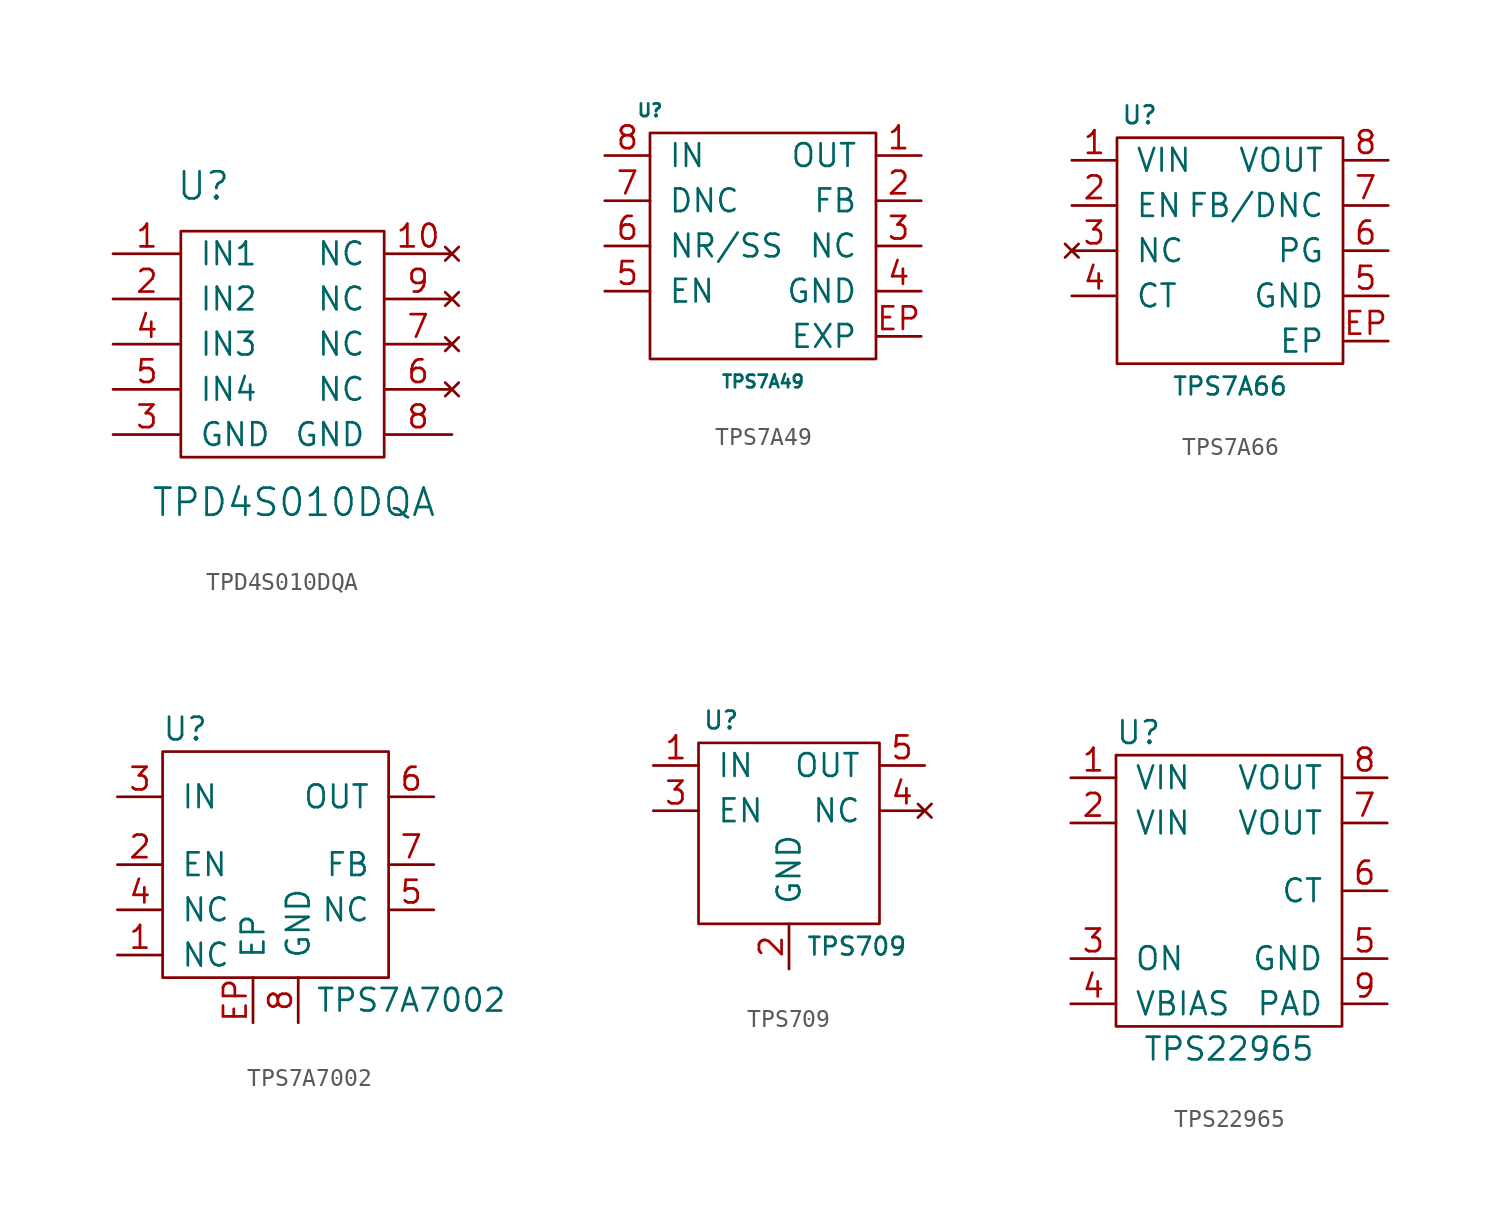
<source format=kicad_sym>
(kicad_symbol_lib
  (version 20210619)
  (generator kicad_symbol_editor)
  (symbol "tinkerforge:TPD4S010DQA"
    (pin_names
      (offset 1.016))
    (property "Reference" "U"
      (at -5.08 8.89 0)
      (effects (font (size 1.524 1.524))))
    (property "Value" "TPD4S010DQA"
      (at 0 -8.89 0)
      (effects (font (size 1.524 1.524))))
    (property "Footprint" ""
      (at -6.35 12.7 0)
      (effects (font (size 1.524 1.524))))
    (property "Datasheet" ""
      (at -6.35 12.7 0)
      (effects (font (size 1.524 1.524))))
    (symbol "TPD4S010DQA_0_1"
      (rectangle (start -6.35 6.35) (end 5.08 -6.35) (stroke (width 0)) (fill (type none))))
    (symbol "TPD4S010DQA_1_1"
      (pin input line (at -10.16 5.08 0) (length 3.81) (name "IN1" (effects (font (size 1.27 1.27)))) (number "1" (effects (font (size 1.27 1.27)))))
      (pin no_connect line (at 8.89 5.08 180) (length 3.81) (name "NC" (effects (font (size 1.27 1.27)))) (number "10" (effects (font (size 1.27 1.27)))))
      (pin input line (at -10.16 2.54 0) (length 3.81) (name "IN2" (effects (font (size 1.27 1.27)))) (number "2" (effects (font (size 1.27 1.27)))))
      (pin passive line (at -10.16 -5.08 0) (length 3.81) (name "GND" (effects (font (size 1.27 1.27)))) (number "3" (effects (font (size 1.27 1.27)))))
      (pin input line (at -10.16 0 0) (length 3.81) (name "IN3" (effects (font (size 1.27 1.27)))) (number "4" (effects (font (size 1.27 1.27)))))
      (pin input line (at -10.16 -2.54 0) (length 3.81) (name "IN4" (effects (font (size 1.27 1.27)))) (number "5" (effects (font (size 1.27 1.27)))))
      (pin no_connect line (at 8.89 -2.54 180) (length 3.81) (name "NC" (effects (font (size 1.27 1.27)))) (number "6" (effects (font (size 1.27 1.27)))))
      (pin no_connect line (at 8.89 0 180) (length 3.81) (name "NC" (effects (font (size 1.27 1.27)))) (number "7" (effects (font (size 1.27 1.27)))))
      (pin passive line (at 8.89 -5.08 180) (length 3.81) (name "GND" (effects (font (size 1.27 1.27)))) (number "8" (effects (font (size 1.27 1.27)))))
      (pin no_connect line (at 8.89 2.54 180) (length 3.81) (name "NC" (effects (font (size 1.27 1.27)))) (number "9" (effects (font (size 1.27 1.27)))))))
  (symbol "tinkerforge:TPS7A49"
    (pin_names
      (offset 1.016))
    (property "Reference" "U"
      (at -6.35 6.35 0)
      (effects (font (size 0.711 0.711))))
    (property "Value" "TPS7A49"
      (at 0 -8.89 0)
      (effects (font (size 0.711 0.711))))
    (symbol "TPS7A49_0_1"
      (rectangle (start -6.35 5.08) (end 6.35 -7.62) (stroke (width 0)) (fill (type none))))
    (symbol "TPS7A49_1_1"
      (pin passive line (at 8.89 3.81 180) (length 2.54) (name "OUT" (effects (font (size 1.27 1.27)))) (number "1" (effects (font (size 1.27 1.27)))))
      (pin passive line (at 8.89 1.27 180) (length 2.54) (name "FB" (effects (font (size 1.27 1.27)))) (number "2" (effects (font (size 1.27 1.27)))))
      (pin passive line (at 8.89 -1.27 180) (length 2.54) (name "NC" (effects (font (size 1.27 1.27)))) (number "3" (effects (font (size 1.27 1.27)))))
      (pin passive line (at 8.89 -3.81 180) (length 2.54) (name "GND" (effects (font (size 1.27 1.27)))) (number "4" (effects (font (size 1.27 1.27)))))
      (pin passive line (at -8.89 -3.81 0) (length 2.54) (name "EN" (effects (font (size 1.27 1.27)))) (number "5" (effects (font (size 1.27 1.27)))))
      (pin passive line (at -8.89 -1.27 0) (length 2.54) (name "NR/SS" (effects (font (size 1.27 1.27)))) (number "6" (effects (font (size 1.27 1.27)))))
      (pin passive line (at -8.89 1.27 0) (length 2.54) (name "DNC" (effects (font (size 1.27 1.27)))) (number "7" (effects (font (size 1.27 1.27)))))
      (pin passive line (at -8.89 3.81 0) (length 2.54) (name "IN" (effects (font (size 1.27 1.27)))) (number "8" (effects (font (size 1.27 1.27)))))
      (pin passive line (at 8.89 -6.35 180) (length 2.54) (name "EXP" (effects (font (size 1.27 1.27)))) (number "EP" (effects (font (size 1.27 1.27)))))))
  (symbol "tinkerforge:TPS7A66"
    (pin_names
      (offset 1.016))
    (property "Reference" "U"
      (at -5.08 7.62 0)
      (effects (font (size 0.991 0.991))))
    (property "Value" "TPS7A66"
      (at 0 -7.62 0)
      (effects (font (size 0.991 0.991))))
    (symbol "TPS7A66_0_1"
      (rectangle (start -6.35 6.35) (end 6.35 -6.35) (stroke (width 0)) (fill (type none))))
    (symbol "TPS7A66_1_1"
      (pin passive line (at -8.89 5.08 0) (length 2.54) (name "VIN" (effects (font (size 1.27 1.27)))) (number "1" (effects (font (size 1.27 1.27)))))
      (pin passive line (at -8.89 2.54 0) (length 2.54) (name "EN" (effects (font (size 1.27 1.27)))) (number "2" (effects (font (size 1.27 1.27)))))
      (pin no_connect line (at -8.89 0 0) (length 2.54) (name "NC" (effects (font (size 1.27 1.27)))) (number "3" (effects (font (size 1.27 1.27)))))
      (pin passive line (at -8.89 -2.54 0) (length 2.54) (name "CT" (effects (font (size 1.27 1.27)))) (number "4" (effects (font (size 1.27 1.27)))))
      (pin passive line (at 8.89 -2.54 180) (length 2.54) (name "GND" (effects (font (size 1.27 1.27)))) (number "5" (effects (font (size 1.27 1.27)))))
      (pin passive line (at 8.89 0 180) (length 2.54) (name "PG" (effects (font (size 1.27 1.27)))) (number "6" (effects (font (size 1.27 1.27)))))
      (pin passive line (at 8.89 2.54 180) (length 2.54) (name "FB/DNC" (effects (font (size 1.27 1.27)))) (number "7" (effects (font (size 1.27 1.27)))))
      (pin passive line (at 8.89 5.08 180) (length 2.54) (name "VOUT" (effects (font (size 1.27 1.27)))) (number "8" (effects (font (size 1.27 1.27)))))
      (pin input line (at 8.89 -5.08 180) (length 2.54) (name "EP" (effects (font (size 1.27 1.27)))) (number "EP" (effects (font (size 1.27 1.27)))))))
  (symbol "tinkerforge:TPS7A7002"
    (pin_names
      (offset 1.016))
    (property "Reference" "U"
      (at -5.08 7.62 0)
      (effects (font (size 1.27 1.27))))
    (property "Value" "TPS7A7002"
      (at 7.62 -7.62 0)
      (effects (font (size 1.27 1.27))))
    (symbol "TPS7A7002_0_1"
      (rectangle (start -6.35 6.35) (end 6.35 -6.35) (stroke (width 0)) (fill (type none))))
    (symbol "TPS7A7002_1_1"
      (pin passive line (at -8.89 -5.08 0) (length 2.54) (name "NC" (effects (font (size 1.27 1.27)))) (number "1" (effects (font (size 1.27 1.27)))))
      (pin passive line (at -8.89 0 0) (length 2.54) (name "EN" (effects (font (size 1.27 1.27)))) (number "2" (effects (font (size 1.27 1.27)))))
      (pin passive line (at -8.89 3.81 0) (length 2.54) (name "IN" (effects (font (size 1.27 1.27)))) (number "3" (effects (font (size 1.27 1.27)))))
      (pin passive line (at -8.89 -2.54 0) (length 2.54) (name "NC" (effects (font (size 1.27 1.27)))) (number "4" (effects (font (size 1.27 1.27)))))
      (pin passive line (at 8.89 -2.54 180) (length 2.54) (name "NC" (effects (font (size 1.27 1.27)))) (number "5" (effects (font (size 1.27 1.27)))))
      (pin passive line (at 8.89 3.81 180) (length 2.54) (name "OUT" (effects (font (size 1.27 1.27)))) (number "6" (effects (font (size 1.27 1.27)))))
      (pin passive line (at 8.89 0 180) (length 2.54) (name "FB" (effects (font (size 1.27 1.27)))) (number "7" (effects (font (size 1.27 1.27)))))
      (pin passive line (at 1.27 -8.89 90) (length 2.54) (name "GND" (effects (font (size 1.27 1.27)))) (number "8" (effects (font (size 1.27 1.27)))))
      (pin passive line (at -1.27 -8.89 90) (length 2.54) (name "EP" (effects (font (size 1.27 1.27)))) (number "EP" (effects (font (size 1.27 1.27)))))))
  (symbol "tinkerforge:TPS709"
    (pin_names
      (offset 1.016))
    (property "Reference" "U"
      (at -3.81 6.35 0)
      (effects (font (size 0.991 0.991))))
    (property "Value" "TPS709"
      (at 3.81 -6.35 0)
      (effects (font (size 0.991 0.991))))
    (symbol "TPS709_0_1"
      (rectangle (start -5.08 5.08) (end 5.08 -5.08) (stroke (width 0)) (fill (type none))))
    (symbol "TPS709_1_1"
      (pin passive line (at -7.62 3.81 0) (length 2.54) (name "IN" (effects (font (size 1.27 1.27)))) (number "1" (effects (font (size 1.27 1.27)))))
      (pin passive line (at 0 -7.62 90) (length 2.54) (name "GND" (effects (font (size 1.27 1.27)))) (number "2" (effects (font (size 1.27 1.27)))))
      (pin passive line (at -7.62 1.27 0) (length 2.54) (name "EN" (effects (font (size 1.27 1.27)))) (number "3" (effects (font (size 1.27 1.27)))))
      (pin no_connect line (at 7.62 1.27 180) (length 2.54) (name "NC" (effects (font (size 1.27 1.27)))) (number "4" (effects (font (size 1.27 1.27)))))
      (pin passive line (at 7.62 3.81 180) (length 2.54) (name "OUT" (effects (font (size 1.27 1.27)))) (number "5" (effects (font (size 1.27 1.27)))))))
  (symbol "tinkerforge:TPS22965"
    (pin_names
      (offset 1.016))
    (property "Reference" "U"
      (at -5.08 8.89 0)
      (effects (font (size 1.27 1.27))))
    (property "Value" "TPS22965"
      (at 0 -8.89 0)
      (effects (font (size 1.27 1.27))))
    (symbol "TPS22965_0_1"
      (rectangle (start -6.35 7.62) (end 6.35 -7.62) (stroke (width 0)) (fill (type none))))
    (symbol "TPS22965_1_1"
      (pin passive line (at -8.89 6.35 0) (length 2.54) (name "VIN" (effects (font (size 1.27 1.27)))) (number "1" (effects (font (size 1.27 1.27)))))
      (pin passive line (at -8.89 3.81 0) (length 2.54) (name "VIN" (effects (font (size 1.27 1.27)))) (number "2" (effects (font (size 1.27 1.27)))))
      (pin passive line (at -8.89 -3.81 0) (length 2.54) (name "ON" (effects (font (size 1.27 1.27)))) (number "3" (effects (font (size 1.27 1.27)))))
      (pin passive line (at -8.89 -6.35 0) (length 2.54) (name "VBIAS" (effects (font (size 1.27 1.27)))) (number "4" (effects (font (size 1.27 1.27)))))
      (pin passive line (at 8.89 -3.81 180) (length 2.54) (name "GND" (effects (font (size 1.27 1.27)))) (number "5" (effects (font (size 1.27 1.27)))))
      (pin passive line (at 8.89 0 180) (length 2.54) (name "CT" (effects (font (size 1.27 1.27)))) (number "6" (effects (font (size 1.27 1.27)))))
      (pin passive line (at 8.89 3.81 180) (length 2.54) (name "VOUT" (effects (font (size 1.27 1.27)))) (number "7" (effects (font (size 1.27 1.27)))))
      (pin passive line (at 8.89 6.35 180) (length 2.54) (name "VOUT" (effects (font (size 1.27 1.27)))) (number "8" (effects (font (size 1.27 1.27)))))
      (pin passive line (at 8.89 -6.35 180) (length 2.54) (name "PAD" (effects (font (size 1.27 1.27)))) (number "9" (effects (font (size 1.27 1.27))))))))
</source>
